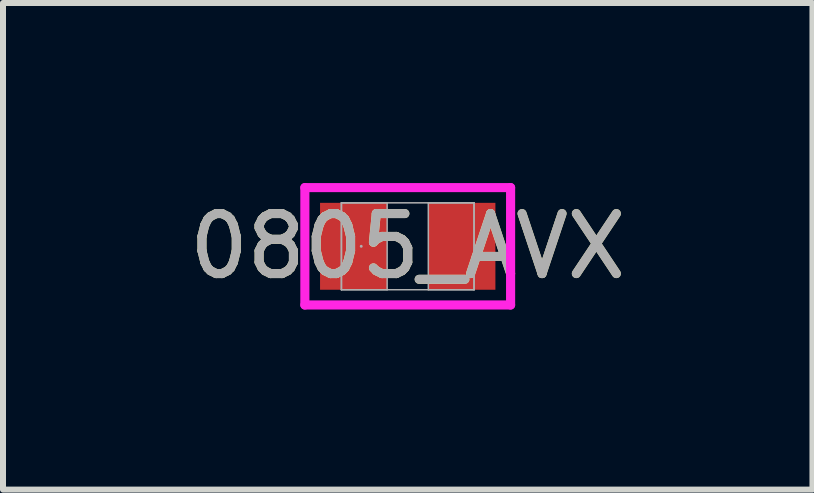
<source format=kicad_pcb>
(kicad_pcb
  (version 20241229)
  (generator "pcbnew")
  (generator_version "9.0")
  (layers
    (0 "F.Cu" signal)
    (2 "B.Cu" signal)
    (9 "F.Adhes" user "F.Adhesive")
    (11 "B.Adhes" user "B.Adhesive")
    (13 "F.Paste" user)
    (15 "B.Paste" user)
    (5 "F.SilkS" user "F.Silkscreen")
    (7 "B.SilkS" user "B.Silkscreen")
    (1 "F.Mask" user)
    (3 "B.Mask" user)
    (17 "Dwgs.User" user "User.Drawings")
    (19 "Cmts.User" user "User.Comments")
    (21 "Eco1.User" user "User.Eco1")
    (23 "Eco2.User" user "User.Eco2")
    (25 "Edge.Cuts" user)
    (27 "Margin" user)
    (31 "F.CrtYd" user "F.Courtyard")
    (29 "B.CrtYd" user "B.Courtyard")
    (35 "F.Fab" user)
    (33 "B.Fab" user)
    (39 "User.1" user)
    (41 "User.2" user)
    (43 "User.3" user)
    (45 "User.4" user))
  (footprint "0805_AVX"
    (layer "F.Cu")
    (at 3.744 1.054)
    (property "Reference" "0805_AVX" (at 0 0 0) (unlocked yes) (layer "F.SilkS") (effects (font (size 1 1) (thickness 0.15))))
    (attr smd)
    (fp_line (start -1.714 -0.978) (end 1.714 -0.978) (stroke (width 0.152) (type solid)) (layer "F.CrtYd"))
    (fp_line (start -1.714 0.978) (end -1.714 -0.978) (stroke (width 0.152) (type solid)) (layer "F.CrtYd"))
    (fp_line (start 1.714 -0.978) (end 1.714 0.978) (stroke (width 0.152) (type solid)) (layer "F.CrtYd"))
    (fp_line (start 1.714 0.978) (end -1.714 0.978) (stroke (width 0.152) (type solid)) (layer "F.CrtYd"))
    (fp_line (start -1.105 -0.724) (end -1.105 0.724) (stroke (width 0.025) (type solid)) (layer "F.Fab"))
    (fp_line (start -1.105 -0.724) (end -1.105 0.724) (stroke (width 0.025) (type solid)) (layer "F.Fab"))
    (fp_line (start -1.105 0.724) (end -0.343 0.724) (stroke (width 0.025) (type solid)) (layer "F.Fab"))
    (fp_line (start -1.105 0.724) (end 1.105 0.724) (stroke (width 0.025) (type solid)) (layer "F.Fab"))
    (fp_line (start -0.343 -0.724) (end -1.105 -0.724) (stroke (width 0.025) (type solid)) (layer "F.Fab"))
    (fp_line (start -0.343 0.724) (end -0.343 -0.724) (stroke (width 0.025) (type solid)) (layer "F.Fab"))
    (fp_line (start 0.343 -0.724) (end 0.343 0.724) (stroke (width 0.025) (type solid)) (layer "F.Fab"))
    (fp_line (start 0.343 0.724) (end 1.105 0.724) (stroke (width 0.025) (type solid)) (layer "F.Fab"))
    (fp_line (start 1.105 -0.724) (end -1.105 -0.724) (stroke (width 0.025) (type solid)) (layer "F.Fab"))
    (fp_line (start 1.105 -0.724) (end 0.343 -0.724) (stroke (width 0.025) (type solid)) (layer "F.Fab"))
    (fp_line (start 1.105 0.724) (end 1.105 -0.724) (stroke (width 0.025) (type solid)) (layer "F.Fab"))
    (fp_line (start 1.105 0.724) (end 1.105 -0.724) (stroke (width 0.025) (type solid)) (layer "F.Fab"))
    (fp_circle (center -0.775 0) (end -0.775 0) (stroke (width 0.025) (type solid)) (fill no) (layer "F.Fab"))
    (fp_text user "${REFERENCE}" (at 0 0 0) (unlocked yes) (layer "F.Fab") (effects (font (size 1 1) (thickness 0.15))))
    (pad "1" smd rect (at -0.902 0) (size 1.118 1.448) (layers "F.Cu" "F.Mask" "F.Paste"))
    (pad "2" smd rect (at 0.902 0) (size 1.118 1.448) (layers "F.Cu" "F.Mask" "F.Paste"))
    (zone (net_name "") (layer "F.Cu") (hatch full 0.508) (connect_pads) (min_thickness 0.254) (filled_areas_thickness no) (keepout (tracks not_allowed) (vias not_allowed) (pads allowed) (copperpour not_allowed) (footprints allowed)) (placement (enabled no)) (fill) (polygon (pts (xy 3.452 0.381) (xy 4.036 0.381) (xy 4.036 1.727) (xy 3.452 1.727)))))
  (gr_rect
    (start -3 -3)
    (end 10.488 5.108)
    (stroke (width 0.1) (type default))
    (fill no)
    (layer "Edge.Cuts")))
</source>
